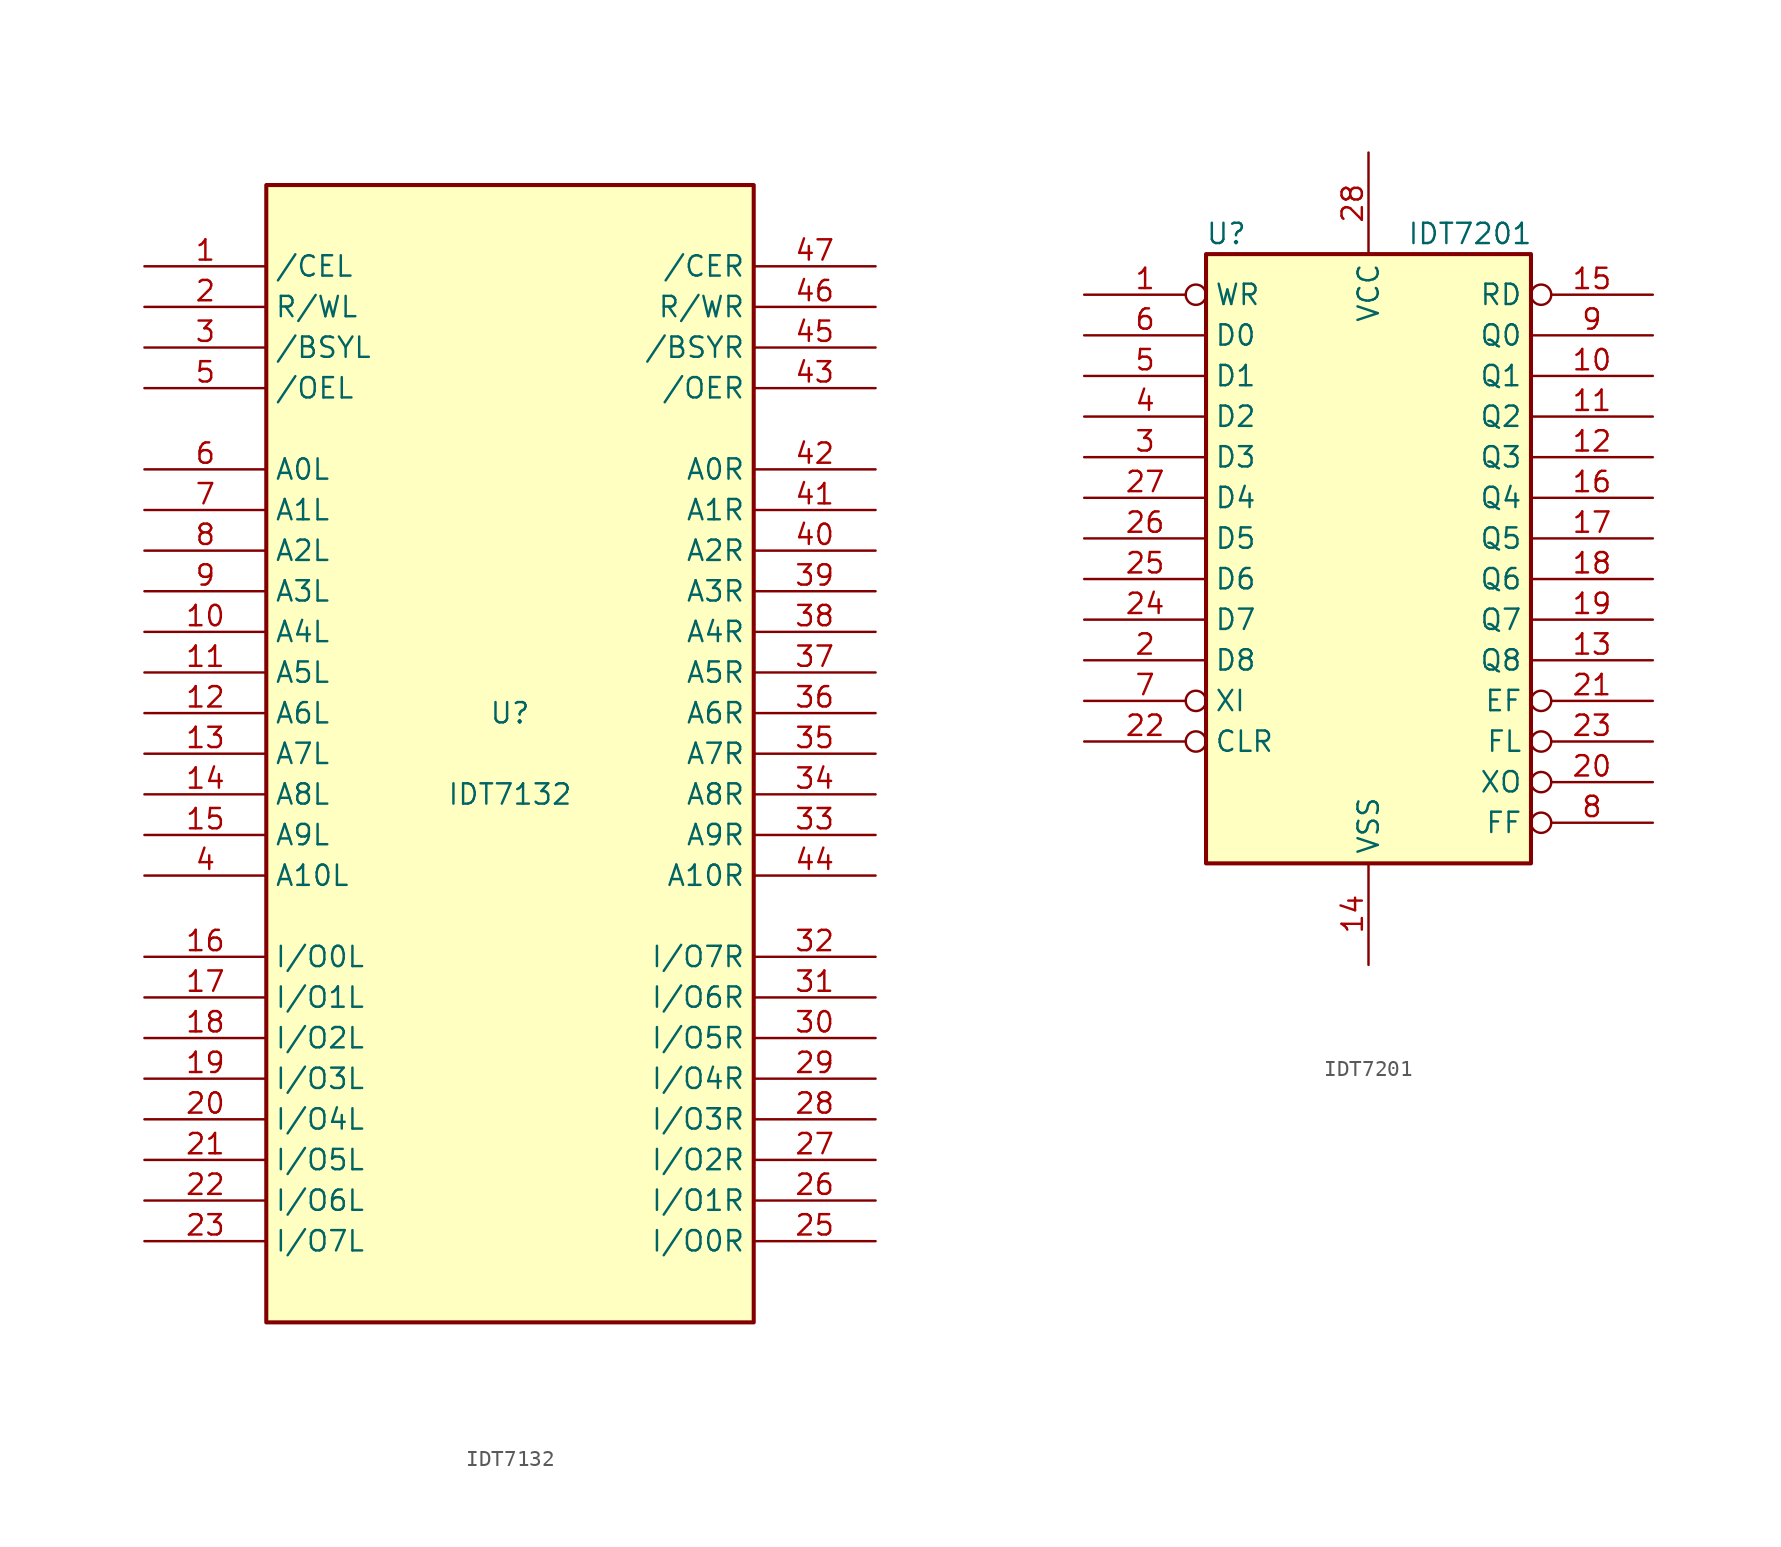
<source format=kicad_sym>
(kicad_symbol_lib
  (version 20201005)
  (generator kicad_symbol_editor)
  (symbol "Memory_RAM:IDT7132"
    (property "Reference" "U"
      (at 0 2.54 0)
      (effects (font (size 1.27 1.27))))
    (property "Value" "IDT7132"
      (at 0 -2.54 0)
      (effects (font (size 1.27 1.27))))
    (symbol "IDT7132_0_1"
      (rectangle (start -15.24 -35.56) (end 15.24 35.56) (stroke (width 0.254)) (fill (type background))))
    (symbol "IDT7132_1_1"
      (pin input line (at -22.86 30.48 0) (length 7.62) (name "/CEL" (effects (font (size 1.27 1.27)))) (number "1" (effects (font (size 1.27 1.27)))))
      (pin input line (at -22.86 7.62 0) (length 7.62) (name "A4L" (effects (font (size 1.27 1.27)))) (number "10" (effects (font (size 1.27 1.27)))))
      (pin input line (at -22.86 5.08 0) (length 7.62) (name "A5L" (effects (font (size 1.27 1.27)))) (number "11" (effects (font (size 1.27 1.27)))))
      (pin input line (at -22.86 2.54 0) (length 7.62) (name "A6L" (effects (font (size 1.27 1.27)))) (number "12" (effects (font (size 1.27 1.27)))))
      (pin input line (at -22.86 0 0) (length 7.62) (name "A7L" (effects (font (size 1.27 1.27)))) (number "13" (effects (font (size 1.27 1.27)))))
      (pin input line (at -22.86 -2.54 0) (length 7.62) (name "A8L" (effects (font (size 1.27 1.27)))) (number "14" (effects (font (size 1.27 1.27)))))
      (pin input line (at -22.86 -5.08 0) (length 7.62) (name "A9L" (effects (font (size 1.27 1.27)))) (number "15" (effects (font (size 1.27 1.27)))))
      (pin input line (at -22.86 -12.7 0) (length 7.62) (name "I/O0L" (effects (font (size 1.27 1.27)))) (number "16" (effects (font (size 1.27 1.27)))))
      (pin input line (at -22.86 -15.24 0) (length 7.62) (name "I/O1L" (effects (font (size 1.27 1.27)))) (number "17" (effects (font (size 1.27 1.27)))))
      (pin input line (at -22.86 -17.78 0) (length 7.62) (name "I/O2L" (effects (font (size 1.27 1.27)))) (number "18" (effects (font (size 1.27 1.27)))))
      (pin input line (at -22.86 -20.32 0) (length 7.62) (name "I/O3L" (effects (font (size 1.27 1.27)))) (number "19" (effects (font (size 1.27 1.27)))))
      (pin input line (at -22.86 27.94 0) (length 7.62) (name "R/WL" (effects (font (size 1.27 1.27)))) (number "2" (effects (font (size 1.27 1.27)))))
      (pin input line (at -22.86 -22.86 0) (length 7.62) (name "I/O4L" (effects (font (size 1.27 1.27)))) (number "20" (effects (font (size 1.27 1.27)))))
      (pin input line (at -22.86 -25.4 0) (length 7.62) (name "I/O5L" (effects (font (size 1.27 1.27)))) (number "21" (effects (font (size 1.27 1.27)))))
      (pin input line (at -22.86 -27.94 0) (length 7.62) (name "I/O6L" (effects (font (size 1.27 1.27)))) (number "22" (effects (font (size 1.27 1.27)))))
      (pin input line (at -22.86 -30.48 0) (length 7.62) (name "I/O7L" (effects (font (size 1.27 1.27)))) (number "23" (effects (font (size 1.27 1.27)))))
      (pin power_in line (at 0 -35.56 90) (length 0) hide (name "GND" (effects (font (size 1.27 1.27)))) (number "24" (effects (font (size 1.27 1.27)))))
      (pin input line (at 22.86 -30.48 180) (length 7.62) (name "I/O0R" (effects (font (size 1.27 1.27)))) (number "25" (effects (font (size 1.27 1.27)))))
      (pin input line (at 22.86 -27.94 180) (length 7.62) (name "I/O1R" (effects (font (size 1.27 1.27)))) (number "26" (effects (font (size 1.27 1.27)))))
      (pin input line (at 22.86 -25.4 180) (length 7.62) (name "I/O2R" (effects (font (size 1.27 1.27)))) (number "27" (effects (font (size 1.27 1.27)))))
      (pin input line (at 22.86 -22.86 180) (length 7.62) (name "I/O3R" (effects (font (size 1.27 1.27)))) (number "28" (effects (font (size 1.27 1.27)))))
      (pin input line (at 22.86 -20.32 180) (length 7.62) (name "I/O4R" (effects (font (size 1.27 1.27)))) (number "29" (effects (font (size 1.27 1.27)))))
      (pin output line (at -22.86 25.4 0) (length 7.62) (name "/BSYL" (effects (font (size 1.27 1.27)))) (number "3" (effects (font (size 1.27 1.27)))))
      (pin input line (at 22.86 -17.78 180) (length 7.62) (name "I/O5R" (effects (font (size 1.27 1.27)))) (number "30" (effects (font (size 1.27 1.27)))))
      (pin input line (at 22.86 -15.24 180) (length 7.62) (name "I/O6R" (effects (font (size 1.27 1.27)))) (number "31" (effects (font (size 1.27 1.27)))))
      (pin input line (at 22.86 -12.7 180) (length 7.62) (name "I/O7R" (effects (font (size 1.27 1.27)))) (number "32" (effects (font (size 1.27 1.27)))))
      (pin input line (at 22.86 -5.08 180) (length 7.62) (name "A9R" (effects (font (size 1.27 1.27)))) (number "33" (effects (font (size 1.27 1.27)))))
      (pin input line (at 22.86 -2.54 180) (length 7.62) (name "A8R" (effects (font (size 1.27 1.27)))) (number "34" (effects (font (size 1.27 1.27)))))
      (pin input line (at 22.86 0 180) (length 7.62) (name "A7R" (effects (font (size 1.27 1.27)))) (number "35" (effects (font (size 1.27 1.27)))))
      (pin input line (at 22.86 2.54 180) (length 7.62) (name "A6R" (effects (font (size 1.27 1.27)))) (number "36" (effects (font (size 1.27 1.27)))))
      (pin input line (at 22.86 5.08 180) (length 7.62) (name "A5R" (effects (font (size 1.27 1.27)))) (number "37" (effects (font (size 1.27 1.27)))))
      (pin input line (at 22.86 7.62 180) (length 7.62) (name "A4R" (effects (font (size 1.27 1.27)))) (number "38" (effects (font (size 1.27 1.27)))))
      (pin input line (at 22.86 10.16 180) (length 7.62) (name "A3R" (effects (font (size 1.27 1.27)))) (number "39" (effects (font (size 1.27 1.27)))))
      (pin input line (at -22.86 -7.62 0) (length 7.62) (name "A10L" (effects (font (size 1.27 1.27)))) (number "4" (effects (font (size 1.27 1.27)))))
      (pin input line (at 22.86 12.7 180) (length 7.62) (name "A2R" (effects (font (size 1.27 1.27)))) (number "40" (effects (font (size 1.27 1.27)))))
      (pin input line (at 22.86 15.24 180) (length 7.62) (name "A1R" (effects (font (size 1.27 1.27)))) (number "41" (effects (font (size 1.27 1.27)))))
      (pin input line (at 22.86 17.78 180) (length 7.62) (name "A0R" (effects (font (size 1.27 1.27)))) (number "42" (effects (font (size 1.27 1.27)))))
      (pin input line (at 22.86 22.86 180) (length 7.62) (name "/OER" (effects (font (size 1.27 1.27)))) (number "43" (effects (font (size 1.27 1.27)))))
      (pin input line (at 22.86 -7.62 180) (length 7.62) (name "A10R" (effects (font (size 1.27 1.27)))) (number "44" (effects (font (size 1.27 1.27)))))
      (pin output line (at 22.86 25.4 180) (length 7.62) (name "/BSYR" (effects (font (size 1.27 1.27)))) (number "45" (effects (font (size 1.27 1.27)))))
      (pin input line (at 22.86 27.94 180) (length 7.62) (name "R/WR" (effects (font (size 1.27 1.27)))) (number "46" (effects (font (size 1.27 1.27)))))
      (pin input line (at 22.86 30.48 180) (length 7.62) (name "/CER" (effects (font (size 1.27 1.27)))) (number "47" (effects (font (size 1.27 1.27)))))
      (pin power_in line (at 0 35.56 90) (length 0) hide (name "VCC" (effects (font (size 1.27 1.27)))) (number "48" (effects (font (size 1.27 1.27)))))
      (pin input line (at -22.86 22.86 0) (length 7.62) (name "/OEL" (effects (font (size 1.27 1.27)))) (number "5" (effects (font (size 1.27 1.27)))))
      (pin input line (at -22.86 17.78 0) (length 7.62) (name "A0L" (effects (font (size 1.27 1.27)))) (number "6" (effects (font (size 1.27 1.27)))))
      (pin input line (at -22.86 15.24 0) (length 7.62) (name "A1L" (effects (font (size 1.27 1.27)))) (number "7" (effects (font (size 1.27 1.27)))))
      (pin input line (at -22.86 12.7 0) (length 7.62) (name "A2L" (effects (font (size 1.27 1.27)))) (number "8" (effects (font (size 1.27 1.27)))))
      (pin input line (at -22.86 10.16 0) (length 7.62) (name "A3L" (effects (font (size 1.27 1.27)))) (number "9" (effects (font (size 1.27 1.27)))))))
  (symbol "Memory_RAM:IDT7201"
    (property "Reference" "U"
      (at -8.89 20.32 0)
      (effects (font (size 1.27 1.27))))
    (property "Value" "IDT7201"
      (at 6.35 20.32 0)
      (effects (font (size 1.27 1.27))))
    (symbol "IDT7201_0_1"
      (rectangle (start -10.16 -19.05) (end 10.16 19.05) (stroke (width 0.254)) (fill (type background))))
    (symbol "IDT7201_1_1"
      (pin input inverted (at -17.78 16.51 0) (length 7.62) (name "WR" (effects (font (size 1.27 1.27)))) (number "1" (effects (font (size 1.27 1.27)))))
      (pin tri_state line (at 17.78 11.43 180) (length 7.62) (name "Q1" (effects (font (size 1.27 1.27)))) (number "10" (effects (font (size 1.27 1.27)))))
      (pin tri_state line (at 17.78 8.89 180) (length 7.62) (name "Q2" (effects (font (size 1.27 1.27)))) (number "11" (effects (font (size 1.27 1.27)))))
      (pin tri_state line (at 17.78 6.35 180) (length 7.62) (name "Q3" (effects (font (size 1.27 1.27)))) (number "12" (effects (font (size 1.27 1.27)))))
      (pin tri_state line (at 17.78 -6.35 180) (length 7.62) (name "Q8" (effects (font (size 1.27 1.27)))) (number "13" (effects (font (size 1.27 1.27)))))
      (pin power_in line (at 0 -25.4 90) (length 6.35) (name "VSS" (effects (font (size 1.27 1.27)))) (number "14" (effects (font (size 1.27 1.27)))))
      (pin input inverted (at 17.78 16.51 180) (length 7.62) (name "RD" (effects (font (size 1.27 1.27)))) (number "15" (effects (font (size 1.27 1.27)))))
      (pin tri_state line (at 17.78 3.81 180) (length 7.62) (name "Q4" (effects (font (size 1.27 1.27)))) (number "16" (effects (font (size 1.27 1.27)))))
      (pin tri_state line (at 17.78 1.27 180) (length 7.62) (name "Q5" (effects (font (size 1.27 1.27)))) (number "17" (effects (font (size 1.27 1.27)))))
      (pin tri_state line (at 17.78 -1.27 180) (length 7.62) (name "Q6" (effects (font (size 1.27 1.27)))) (number "18" (effects (font (size 1.27 1.27)))))
      (pin tri_state line (at 17.78 -3.81 180) (length 7.62) (name "Q7" (effects (font (size 1.27 1.27)))) (number "19" (effects (font (size 1.27 1.27)))))
      (pin input line (at -17.78 -6.35 0) (length 7.62) (name "D8" (effects (font (size 1.27 1.27)))) (number "2" (effects (font (size 1.27 1.27)))))
      (pin input inverted (at 17.78 -13.97 180) (length 7.62) (name "XO" (effects (font (size 1.27 1.27)))) (number "20" (effects (font (size 1.27 1.27)))))
      (pin output inverted (at 17.78 -8.89 180) (length 7.62) (name "EF" (effects (font (size 1.27 1.27)))) (number "21" (effects (font (size 1.27 1.27)))))
      (pin input inverted (at -17.78 -11.43 0) (length 7.62) (name "CLR" (effects (font (size 1.27 1.27)))) (number "22" (effects (font (size 1.27 1.27)))))
      (pin input inverted (at 17.78 -11.43 180) (length 7.62) (name "FL" (effects (font (size 1.27 1.27)))) (number "23" (effects (font (size 1.27 1.27)))))
      (pin input line (at -17.78 -3.81 0) (length 7.62) (name "D7" (effects (font (size 1.27 1.27)))) (number "24" (effects (font (size 1.27 1.27)))))
      (pin input line (at -17.78 -1.27 0) (length 7.62) (name "D6" (effects (font (size 1.27 1.27)))) (number "25" (effects (font (size 1.27 1.27)))))
      (pin input line (at -17.78 1.27 0) (length 7.62) (name "D5" (effects (font (size 1.27 1.27)))) (number "26" (effects (font (size 1.27 1.27)))))
      (pin input line (at -17.78 3.81 0) (length 7.62) (name "D4" (effects (font (size 1.27 1.27)))) (number "27" (effects (font (size 1.27 1.27)))))
      (pin power_in line (at 0 25.4 270) (length 6.35) (name "VCC" (effects (font (size 1.27 1.27)))) (number "28" (effects (font (size 1.27 1.27)))))
      (pin input line (at -17.78 6.35 0) (length 7.62) (name "D3" (effects (font (size 1.27 1.27)))) (number "3" (effects (font (size 1.27 1.27)))))
      (pin input line (at -17.78 8.89 0) (length 7.62) (name "D2" (effects (font (size 1.27 1.27)))) (number "4" (effects (font (size 1.27 1.27)))))
      (pin input line (at -17.78 11.43 0) (length 7.62) (name "D1" (effects (font (size 1.27 1.27)))) (number "5" (effects (font (size 1.27 1.27)))))
      (pin input line (at -17.78 13.97 0) (length 7.62) (name "D0" (effects (font (size 1.27 1.27)))) (number "6" (effects (font (size 1.27 1.27)))))
      (pin input inverted (at -17.78 -8.89 0) (length 7.62) (name "XI" (effects (font (size 1.27 1.27)))) (number "7" (effects (font (size 1.27 1.27)))))
      (pin output inverted (at 17.78 -16.51 180) (length 7.62) (name "FF" (effects (font (size 1.27 1.27)))) (number "8" (effects (font (size 1.27 1.27)))))
      (pin tri_state line (at 17.78 13.97 180) (length 7.62) (name "Q0" (effects (font (size 1.27 1.27)))) (number "9" (effects (font (size 1.27 1.27))))))))
</source>
